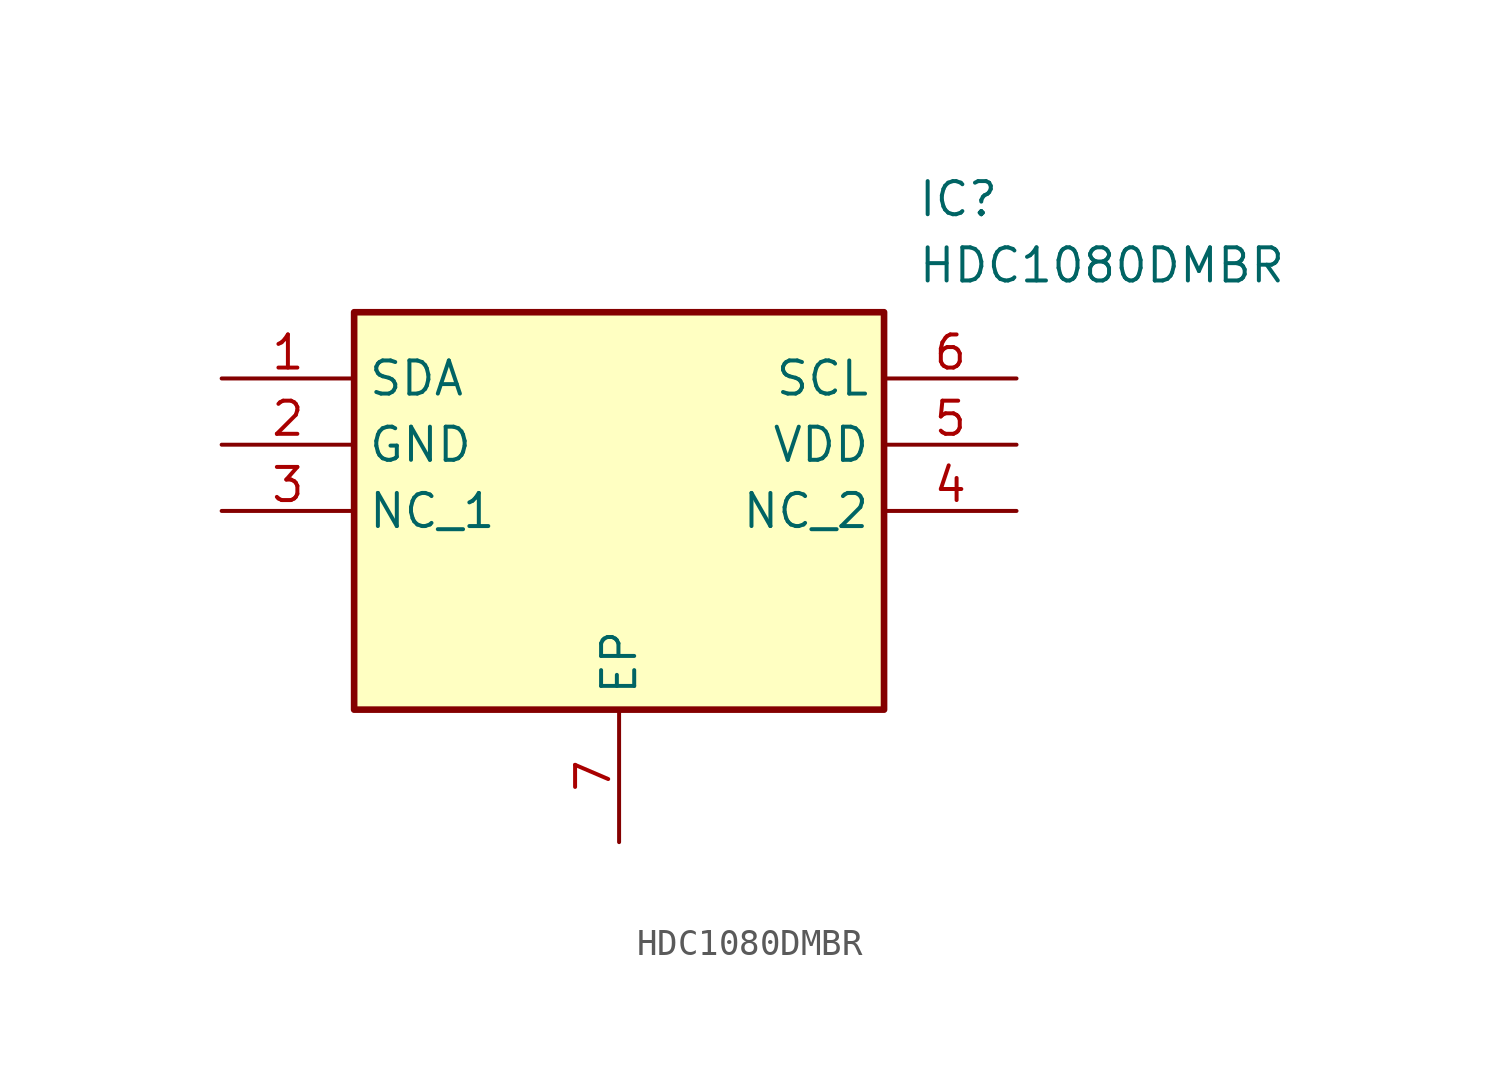
<source format=kicad_sym>
(kicad_symbol_lib
  (version 20211014)
  (generator SamacSys_ECAD_Model)
  (symbol "HDC1080DMBR"
    (property "Reference" "IC"
      (at 26.67 7.62 0)
      (effects (font (size 1.27 1.27)) (justify left top)))
    (property "Value" "HDC1080DMBR"
      (at 26.67 5.08 0)
      (effects (font (size 1.27 1.27)) (justify left top)))
    (rectangle
      (start 5.08 2.54)
      (end 25.4 -12.7)
      (stroke (width 0.254) (type default))
      (fill (type background)))
    (pin passive line
      (at 0 0 0)
      (length 5.08)
      (name "SDA" (effects (font (size 1.27 1.27))))
      (number "1" (effects (font (size 1.27 1.27)))))
    (pin passive line
      (at 0 -2.54 0)
      (length 5.08)
      (name "GND" (effects (font (size 1.27 1.27))))
      (number "2" (effects (font (size 1.27 1.27)))))
    (pin passive line
      (at 0 -5.08 0)
      (length 5.08)
      (name "NC_1" (effects (font (size 1.27 1.27))))
      (number "3" (effects (font (size 1.27 1.27)))))
    (pin passive line
      (at 15.24 -17.78 90)
      (length 5.08)
      (name "EP" (effects (font (size 1.27 1.27))))
      (number "7" (effects (font (size 1.27 1.27)))))
    (pin passive line
      (at 30.48 0 180)
      (length 5.08)
      (name "SCL" (effects (font (size 1.27 1.27))))
      (number "6" (effects (font (size 1.27 1.27)))))
    (pin passive line
      (at 30.48 -2.54 180)
      (length 5.08)
      (name "VDD" (effects (font (size 1.27 1.27))))
      (number "5" (effects (font (size 1.27 1.27)))))
    (pin passive line
      (at 30.48 -5.08 180)
      (length 5.08)
      (name "NC_2" (effects (font (size 1.27 1.27))))
      (number "4" (effects (font (size 1.27 1.27)))))))
</source>
